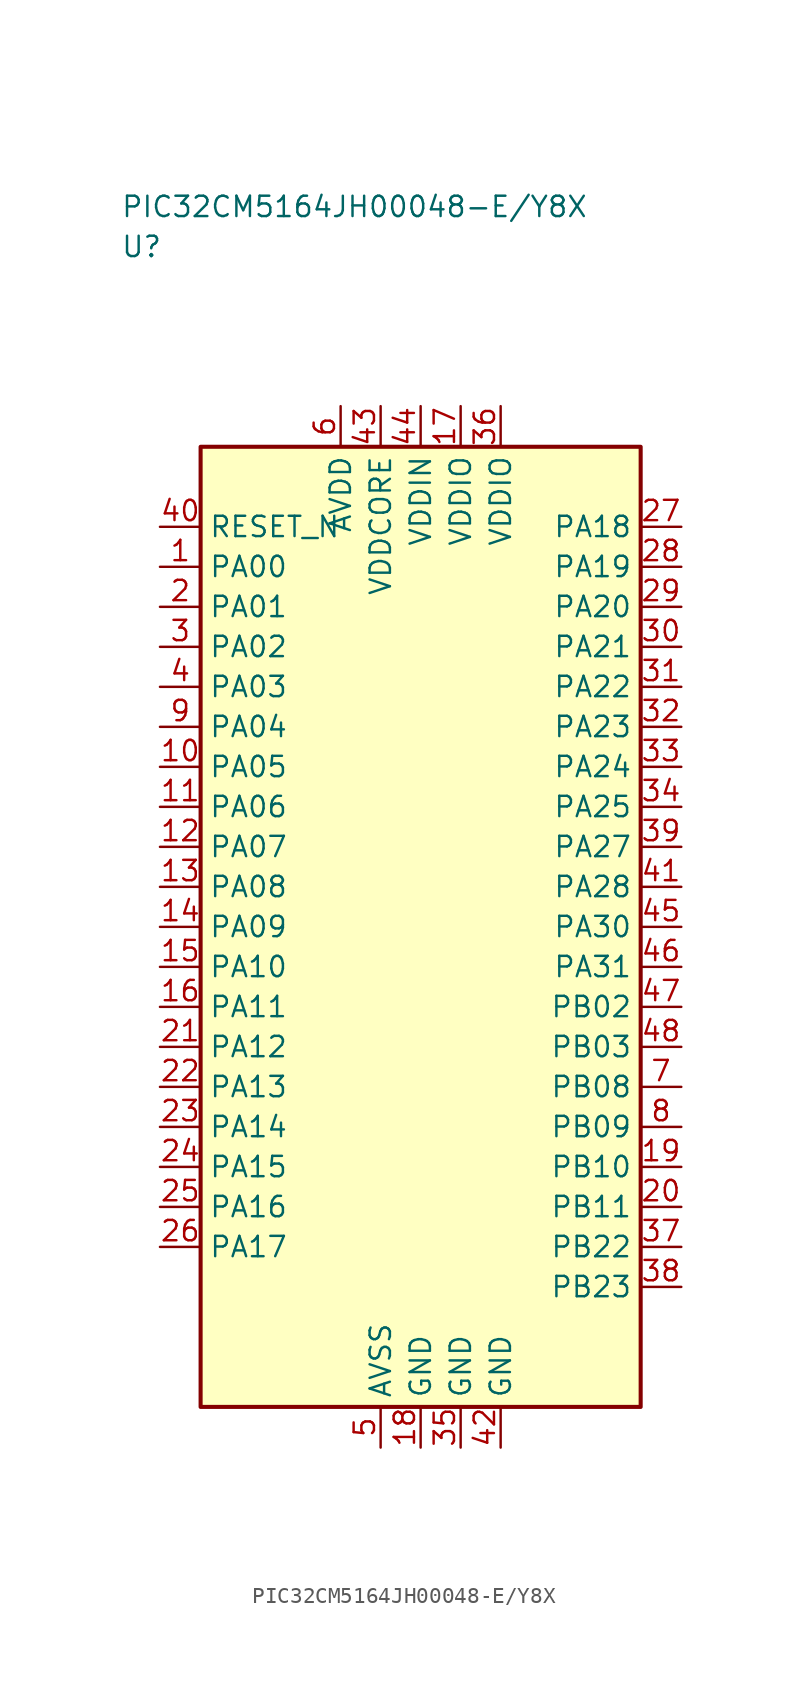
<source format=kicad_sym>
(kicad_symbol_lib
  (version 20241025)
  (generator "kicad_symbol_editor")
  (generator_version "8.0")
  (symbol "PIC32CM5164JH00048-E/Y8X"
    (property "Reference" "U"
      (at -18.75 42.5 0)
      (effects (font (size 1.27 1.27)) (justify left)))
    (property "Value" "PIC32CM5164JH00048-E/Y8X"
      (at -18.75 45.0 0)
      (effects (font (size 1.27 1.27)) (justify left)))
    (symbol "PIC32CM5164JH00048-E/Y8X_0_1"
      (rectangle (start -13.75 30.0) (end 13.75 -30.0) (stroke (width 0.254) (type default)) (fill (type background))))
    (symbol "PIC32CM5164JH00048-E/Y8X_1_1"
      (pin bidirectional line (at -16.29 22.5 0.0) (length 2.54) (name "PA00" (effects (font (size 1.27 1.27)))) (number "1" (effects (font (size 1.27 1.27)))))
      (pin bidirectional line (at -16.29 20.0 0.0) (length 2.54) (name "PA01" (effects (font (size 1.27 1.27)))) (number "2" (effects (font (size 1.27 1.27)))))
      (pin bidirectional line (at -16.29 17.5 0.0) (length 2.54) (name "PA02" (effects (font (size 1.27 1.27)))) (number "3" (effects (font (size 1.27 1.27)))))
      (pin bidirectional line (at -16.29 15.0 0.0) (length 2.54) (name "PA03" (effects (font (size 1.27 1.27)))) (number "4" (effects (font (size 1.27 1.27)))))
      (pin passive line (at -2.5 -32.54 90.0) (length 2.54) (name "AVSS" (effects (font (size 1.27 1.27)))) (number "5" (effects (font (size 1.27 1.27)))))
      (pin power_in line (at -5.0 32.54 270.0) (length 2.54) (name "AVDD" (effects (font (size 1.27 1.27)))) (number "6" (effects (font (size 1.27 1.27)))))
      (pin bidirectional line (at 16.29 -10.0 180.0) (length 2.54) (name "PB08" (effects (font (size 1.27 1.27)))) (number "7" (effects (font (size 1.27 1.27)))))
      (pin bidirectional line (at 16.29 -12.5 180.0) (length 2.54) (name "PB09" (effects (font (size 1.27 1.27)))) (number "8" (effects (font (size 1.27 1.27)))))
      (pin bidirectional line (at -16.29 12.5 0.0) (length 2.54) (name "PA04" (effects (font (size 1.27 1.27)))) (number "9" (effects (font (size 1.27 1.27)))))
      (pin bidirectional line (at -16.29 10.0 0.0) (length 2.54) (name "PA05" (effects (font (size 1.27 1.27)))) (number "10" (effects (font (size 1.27 1.27)))))
      (pin bidirectional line (at -16.29 7.5 0.0) (length 2.54) (name "PA06" (effects (font (size 1.27 1.27)))) (number "11" (effects (font (size 1.27 1.27)))))
      (pin bidirectional line (at -16.29 5.0 0.0) (length 2.54) (name "PA07" (effects (font (size 1.27 1.27)))) (number "12" (effects (font (size 1.27 1.27)))))
      (pin bidirectional line (at -16.29 2.5 0.0) (length 2.54) (name "PA08" (effects (font (size 1.27 1.27)))) (number "13" (effects (font (size 1.27 1.27)))))
      (pin bidirectional line (at -16.29 0.0 0.0) (length 2.54) (name "PA09" (effects (font (size 1.27 1.27)))) (number "14" (effects (font (size 1.27 1.27)))))
      (pin bidirectional line (at -16.29 -2.5 0.0) (length 2.54) (name "PA10" (effects (font (size 1.27 1.27)))) (number "15" (effects (font (size 1.27 1.27)))))
      (pin bidirectional line (at -16.29 -5.0 0.0) (length 2.54) (name "PA11" (effects (font (size 1.27 1.27)))) (number "16" (effects (font (size 1.27 1.27)))))
      (pin power_in line (at 2.5 32.54 270.0) (length 2.54) (name "VDDIO" (effects (font (size 1.27 1.27)))) (number "17" (effects (font (size 1.27 1.27)))))
      (pin passive line (at 0.0 -32.54 90.0) (length 2.54) (name "GND" (effects (font (size 1.27 1.27)))) (number "18" (effects (font (size 1.27 1.27)))))
      (pin bidirectional line (at 16.29 -15.0 180.0) (length 2.54) (name "PB10" (effects (font (size 1.27 1.27)))) (number "19" (effects (font (size 1.27 1.27)))))
      (pin bidirectional line (at 16.29 -17.5 180.0) (length 2.54) (name "PB11" (effects (font (size 1.27 1.27)))) (number "20" (effects (font (size 1.27 1.27)))))
      (pin bidirectional line (at -16.29 -7.5 0.0) (length 2.54) (name "PA12" (effects (font (size 1.27 1.27)))) (number "21" (effects (font (size 1.27 1.27)))))
      (pin bidirectional line (at -16.29 -10.0 0.0) (length 2.54) (name "PA13" (effects (font (size 1.27 1.27)))) (number "22" (effects (font (size 1.27 1.27)))))
      (pin bidirectional line (at -16.29 -12.5 0.0) (length 2.54) (name "PA14" (effects (font (size 1.27 1.27)))) (number "23" (effects (font (size 1.27 1.27)))))
      (pin bidirectional line (at -16.29 -15.0 0.0) (length 2.54) (name "PA15" (effects (font (size 1.27 1.27)))) (number "24" (effects (font (size 1.27 1.27)))))
      (pin bidirectional line (at -16.29 -17.5 0.0) (length 2.54) (name "PA16" (effects (font (size 1.27 1.27)))) (number "25" (effects (font (size 1.27 1.27)))))
      (pin bidirectional line (at -16.29 -20.0 0.0) (length 2.54) (name "PA17" (effects (font (size 1.27 1.27)))) (number "26" (effects (font (size 1.27 1.27)))))
      (pin bidirectional line (at 16.29 25.0 180.0) (length 2.54) (name "PA18" (effects (font (size 1.27 1.27)))) (number "27" (effects (font (size 1.27 1.27)))))
      (pin bidirectional line (at 16.29 22.5 180.0) (length 2.54) (name "PA19" (effects (font (size 1.27 1.27)))) (number "28" (effects (font (size 1.27 1.27)))))
      (pin bidirectional line (at 16.29 20.0 180.0) (length 2.54) (name "PA20" (effects (font (size 1.27 1.27)))) (number "29" (effects (font (size 1.27 1.27)))))
      (pin bidirectional line (at 16.29 17.5 180.0) (length 2.54) (name "PA21" (effects (font (size 1.27 1.27)))) (number "30" (effects (font (size 1.27 1.27)))))
      (pin bidirectional line (at 16.29 15.0 180.0) (length 2.54) (name "PA22" (effects (font (size 1.27 1.27)))) (number "31" (effects (font (size 1.27 1.27)))))
      (pin bidirectional line (at 16.29 12.5 180.0) (length 2.54) (name "PA23" (effects (font (size 1.27 1.27)))) (number "32" (effects (font (size 1.27 1.27)))))
      (pin bidirectional line (at 16.29 10.0 180.0) (length 2.54) (name "PA24" (effects (font (size 1.27 1.27)))) (number "33" (effects (font (size 1.27 1.27)))))
      (pin bidirectional line (at 16.29 7.5 180.0) (length 2.54) (name "PA25" (effects (font (size 1.27 1.27)))) (number "34" (effects (font (size 1.27 1.27)))))
      (pin passive line (at 2.5 -32.54 90.0) (length 2.54) (name "GND" (effects (font (size 1.27 1.27)))) (number "35" (effects (font (size 1.27 1.27)))))
      (pin power_in line (at 5.0 32.54 270.0) (length 2.54) (name "VDDIO" (effects (font (size 1.27 1.27)))) (number "36" (effects (font (size 1.27 1.27)))))
      (pin bidirectional line (at 16.29 -20.0 180.0) (length 2.54) (name "PB22" (effects (font (size 1.27 1.27)))) (number "37" (effects (font (size 1.27 1.27)))))
      (pin bidirectional line (at 16.29 -22.5 180.0) (length 2.54) (name "PB23" (effects (font (size 1.27 1.27)))) (number "38" (effects (font (size 1.27 1.27)))))
      (pin bidirectional line (at 16.29 5.0 180.0) (length 2.54) (name "PA27" (effects (font (size 1.27 1.27)))) (number "39" (effects (font (size 1.27 1.27)))))
      (pin input line (at -16.29 25.0 0.0) (length 2.54) (name "RESET_N" (effects (font (size 1.27 1.27)))) (number "40" (effects (font (size 1.27 1.27)))))
      (pin bidirectional line (at 16.29 2.5 180.0) (length 2.54) (name "PA28" (effects (font (size 1.27 1.27)))) (number "41" (effects (font (size 1.27 1.27)))))
      (pin passive line (at 5.0 -32.54 90.0) (length 2.54) (name "GND" (effects (font (size 1.27 1.27)))) (number "42" (effects (font (size 1.27 1.27)))))
      (pin power_in line (at -2.5 32.54 270.0) (length 2.54) (name "VDDCORE" (effects (font (size 1.27 1.27)))) (number "43" (effects (font (size 1.27 1.27)))))
      (pin power_in line (at 0.0 32.54 270.0) (length 2.54) (name "VDDIN" (effects (font (size 1.27 1.27)))) (number "44" (effects (font (size 1.27 1.27)))))
      (pin bidirectional line (at 16.29 0.0 180.0) (length 2.54) (name "PA30" (effects (font (size 1.27 1.27)))) (number "45" (effects (font (size 1.27 1.27)))))
      (pin bidirectional line (at 16.29 -2.5 180.0) (length 2.54) (name "PA31" (effects (font (size 1.27 1.27)))) (number "46" (effects (font (size 1.27 1.27)))))
      (pin bidirectional line (at 16.29 -5.0 180.0) (length 2.54) (name "PB02" (effects (font (size 1.27 1.27)))) (number "47" (effects (font (size 1.27 1.27)))))
      (pin bidirectional line (at 16.29 -7.5 180.0) (length 2.54) (name "PB03" (effects (font (size 1.27 1.27)))) (number "48" (effects (font (size 1.27 1.27))))))))
</source>
